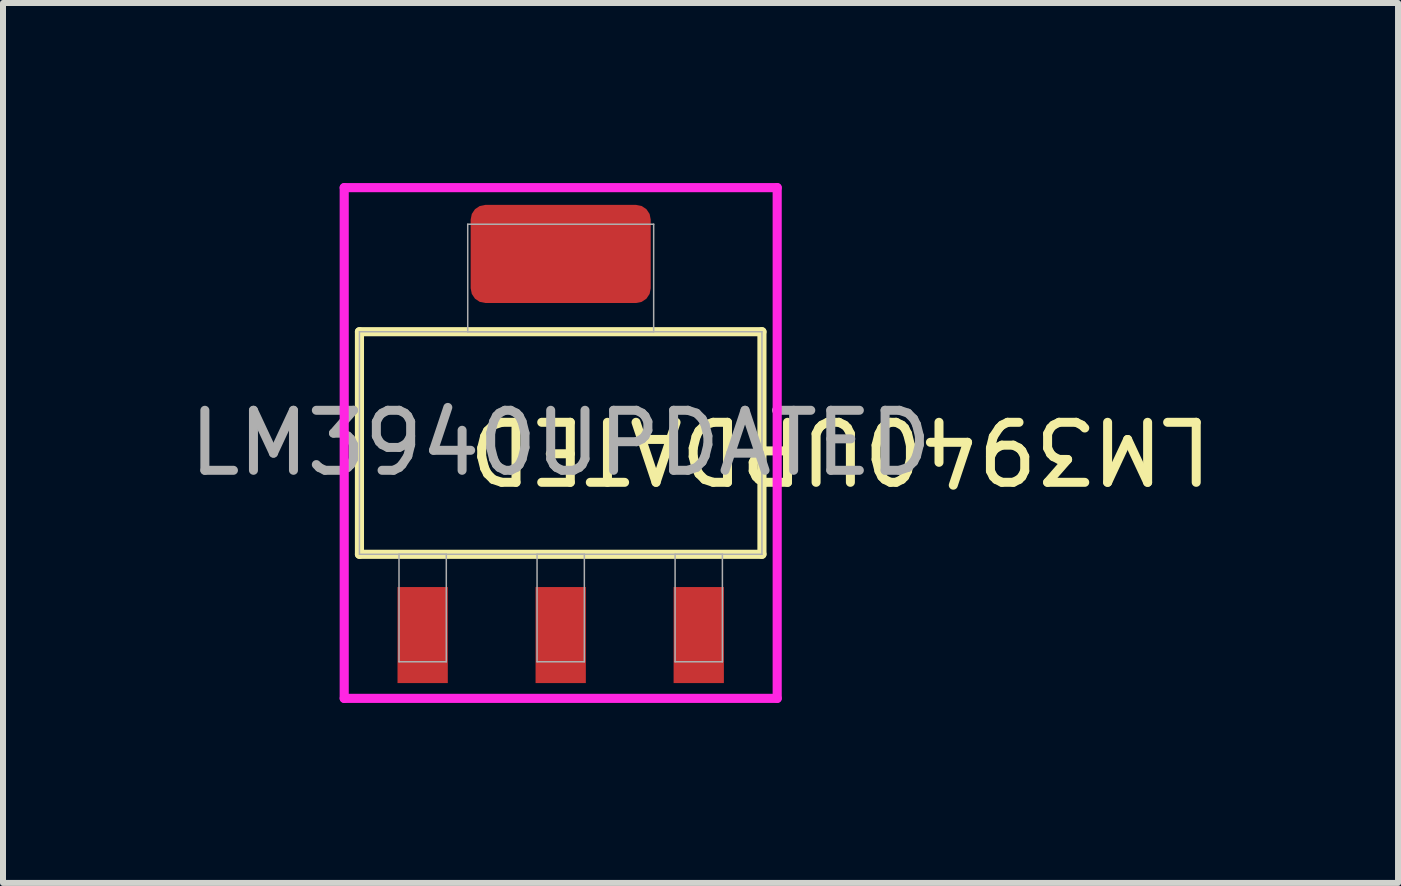
<source format=kicad_pcb>
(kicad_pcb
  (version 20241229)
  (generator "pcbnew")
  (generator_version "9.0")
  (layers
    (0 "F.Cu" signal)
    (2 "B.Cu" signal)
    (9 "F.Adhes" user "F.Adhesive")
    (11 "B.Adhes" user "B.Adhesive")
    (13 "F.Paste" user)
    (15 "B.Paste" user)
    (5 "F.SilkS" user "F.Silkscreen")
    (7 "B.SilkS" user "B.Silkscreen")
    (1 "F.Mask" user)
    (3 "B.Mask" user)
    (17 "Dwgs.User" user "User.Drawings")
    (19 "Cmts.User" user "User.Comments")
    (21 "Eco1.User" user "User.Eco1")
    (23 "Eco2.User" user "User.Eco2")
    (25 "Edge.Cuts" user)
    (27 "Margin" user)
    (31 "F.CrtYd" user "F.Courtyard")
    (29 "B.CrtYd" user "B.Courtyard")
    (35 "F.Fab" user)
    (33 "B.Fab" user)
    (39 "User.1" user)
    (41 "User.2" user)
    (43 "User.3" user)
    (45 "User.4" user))
  (footprint "LM3940UPDATED"
    (layer "F.Cu")
    (at 6.292 4.331)
    (property "Reference" "LM3940UPDATED" (at 4.66 0.11 180) (unlocked yes) (layer "F.SilkS") (effects (font (size 1 1) (thickness 0.15))))
    (attr smd)
    (fp_line (start -3.353 -1.854) (end -3.353 1.854) (stroke (width 0.152) (type solid)) (layer "F.SilkS"))
    (fp_line (start -3.353 1.854) (end 3.353 1.854) (stroke (width 0.152) (type solid)) (layer "F.SilkS"))
    (fp_line (start 3.353 -1.854) (end -3.353 -1.854) (stroke (width 0.152) (type solid)) (layer "F.SilkS"))
    (fp_line (start 3.353 1.854) (end 3.353 -1.854) (stroke (width 0.152) (type solid)) (layer "F.SilkS"))
    (fp_line (start -3.607 -4.255) (end 3.607 -4.255) (stroke (width 0.152) (type solid)) (layer "F.CrtYd"))
    (fp_line (start -3.607 4.255) (end -3.607 -4.255) (stroke (width 0.152) (type solid)) (layer "F.CrtYd"))
    (fp_line (start 3.607 -4.255) (end 3.607 4.255) (stroke (width 0.152) (type solid)) (layer "F.CrtYd"))
    (fp_line (start 3.607 4.255) (end -3.607 4.255) (stroke (width 0.152) (type solid)) (layer "F.CrtYd"))
    (fp_line (start -3.353 -1.854) (end -3.353 1.854) (stroke (width 0.025) (type solid)) (layer "F.Fab"))
    (fp_line (start -3.353 1.854) (end 3.353 1.854) (stroke (width 0.025) (type solid)) (layer "F.Fab"))
    (fp_line (start -2.694 1.854) (end -2.694 3.645) (stroke (width 0.025) (type solid)) (layer "F.Fab"))
    (fp_line (start -2.694 3.645) (end -1.906 3.645) (stroke (width 0.025) (type solid)) (layer "F.Fab"))
    (fp_line (start -1.906 1.854) (end -2.694 1.854) (stroke (width 0.025) (type solid)) (layer "F.Fab"))
    (fp_line (start -1.906 3.645) (end -1.906 1.854) (stroke (width 0.025) (type solid)) (layer "F.Fab"))
    (fp_line (start -1.549 -3.645) (end -1.549 -1.854) (stroke (width 0.025) (type solid)) (layer "F.Fab"))
    (fp_line (start -1.549 -1.854) (end 1.549 -1.854) (stroke (width 0.025) (type solid)) (layer "F.Fab"))
    (fp_line (start -0.394 1.854) (end -0.394 3.645) (stroke (width 0.025) (type solid)) (layer "F.Fab"))
    (fp_line (start -0.394 3.645) (end 0.394 3.645) (stroke (width 0.025) (type solid)) (layer "F.Fab"))
    (fp_line (start 0.394 1.854) (end -0.394 1.854) (stroke (width 0.025) (type solid)) (layer "F.Fab"))
    (fp_line (start 0.394 3.645) (end 0.394 1.854) (stroke (width 0.025) (type solid)) (layer "F.Fab"))
    (fp_line (start 1.549 -3.645) (end -1.549 -3.645) (stroke (width 0.025) (type solid)) (layer "F.Fab"))
    (fp_line (start 1.549 -1.854) (end 1.549 -3.645) (stroke (width 0.025) (type solid)) (layer "F.Fab"))
    (fp_line (start 1.906 1.854) (end 1.906 3.645) (stroke (width 0.025) (type solid)) (layer "F.Fab"))
    (fp_line (start 1.906 3.645) (end 2.694 3.645) (stroke (width 0.025) (type solid)) (layer "F.Fab"))
    (fp_line (start 2.694 1.854) (end 1.906 1.854) (stroke (width 0.025) (type solid)) (layer "F.Fab"))
    (fp_line (start 2.694 3.645) (end 2.694 1.854) (stroke (width 0.025) (type solid)) (layer "F.Fab"))
    (fp_line (start 3.353 -1.854) (end -3.353 -1.854) (stroke (width 0.025) (type solid)) (layer "F.Fab"))
    (fp_line (start 3.353 1.854) (end 3.353 -1.854) (stroke (width 0.025) (type solid)) (layer "F.Fab"))
    (fp_text user "${REFERENCE}" (at 0 0 0) (unlocked yes) (layer "F.Fab") (effects (font (size 1 1) (thickness 0.15))))
    (pad "1" smd rect (at -2.3 3.2) (size 0.838 1.6) (layers "F.Cu" "F.Mask" "F.Paste"))
    (pad "2" smd rect (at 0 3.2) (size 0.838 1.6) (layers "F.Cu" "F.Mask" "F.Paste"))
    (pad "3" smd rect (at 2.3 3.2) (size 0.838 1.6) (layers "F.Cu" "F.Mask" "F.Paste"))
    (pad "4" smd roundrect (at 0 -3.15) (size 3 1.635) (layers "F.Cu" "F.Mask" "F.Paste") (roundrect_rratio 0.15)))
  (gr_rect
    (start -3 -3)
    (end 20.243 11.661)
    (stroke (width 0.1) (type default))
    (fill no)
    (layer "Edge.Cuts")))
</source>
